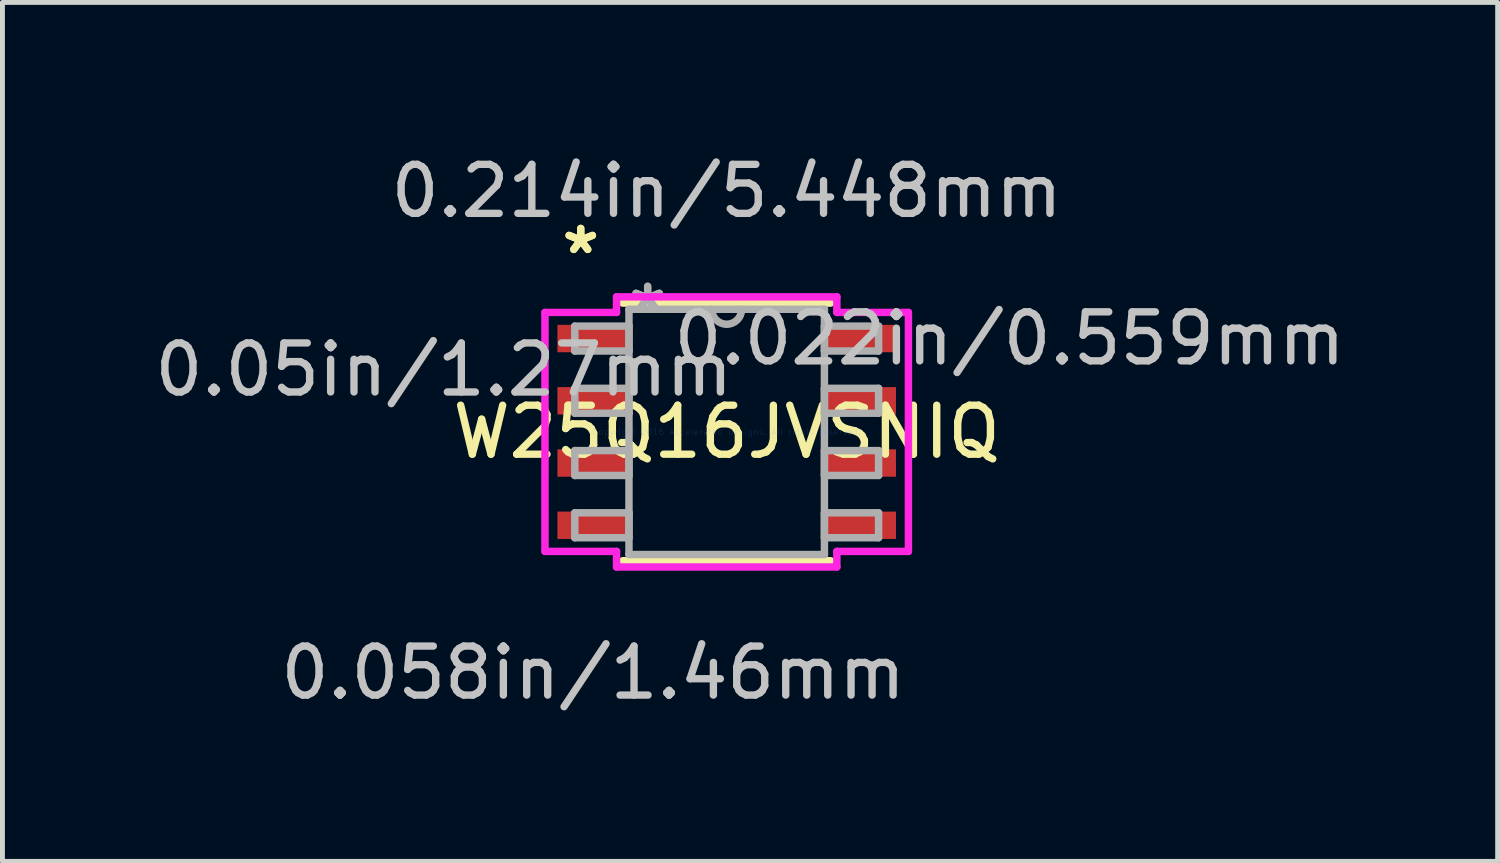
<source format=kicad_pcb>
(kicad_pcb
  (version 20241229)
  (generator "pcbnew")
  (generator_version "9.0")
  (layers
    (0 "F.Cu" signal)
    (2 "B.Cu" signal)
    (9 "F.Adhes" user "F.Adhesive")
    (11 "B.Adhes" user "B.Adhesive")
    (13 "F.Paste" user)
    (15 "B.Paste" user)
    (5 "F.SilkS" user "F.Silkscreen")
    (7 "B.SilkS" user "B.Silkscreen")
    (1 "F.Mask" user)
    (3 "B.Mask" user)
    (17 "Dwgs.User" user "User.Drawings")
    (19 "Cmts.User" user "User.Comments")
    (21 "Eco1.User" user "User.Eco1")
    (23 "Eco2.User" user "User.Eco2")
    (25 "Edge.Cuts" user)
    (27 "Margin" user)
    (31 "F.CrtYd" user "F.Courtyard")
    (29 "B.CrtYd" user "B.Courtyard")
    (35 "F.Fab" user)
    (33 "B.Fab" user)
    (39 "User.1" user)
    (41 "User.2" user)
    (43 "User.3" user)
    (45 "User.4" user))
  (footprint "W25Q16JVSNIQ"
    (layer "F.Cu")
    (at 11.778 5.763)
    (property "Reference" "W25Q16JVSNIQ" (at 0 0 0) (layer "F.SilkS") (effects (font (size 1 1) (thickness 0.15))))
    (attr through_hole)
    (fp_line (start -2.121 2.629) (end 2.121 2.629) (stroke (width 0.152) (type solid)) (layer "F.SilkS"))
    (fp_line (start 2.121 -2.629) (end -2.121 -2.629) (stroke (width 0.152) (type solid)) (layer "F.SilkS"))
    (fp_line (start -3.708 -2.438) (end -2.248 -2.438) (stroke (width 0.152) (type solid)) (layer "F.CrtYd"))
    (fp_line (start -3.708 2.438) (end -3.708 -2.438) (stroke (width 0.152) (type solid)) (layer "F.CrtYd"))
    (fp_line (start -2.248 -2.756) (end 2.248 -2.756) (stroke (width 0.152) (type solid)) (layer "F.CrtYd"))
    (fp_line (start -2.248 -2.438) (end -2.248 -2.756) (stroke (width 0.152) (type solid)) (layer "F.CrtYd"))
    (fp_line (start -2.248 2.438) (end -3.708 2.438) (stroke (width 0.152) (type solid)) (layer "F.CrtYd"))
    (fp_line (start -2.248 2.756) (end -2.248 2.438) (stroke (width 0.152) (type solid)) (layer "F.CrtYd"))
    (fp_line (start 2.248 -2.756) (end 2.248 -2.438) (stroke (width 0.152) (type solid)) (layer "F.CrtYd"))
    (fp_line (start 2.248 -2.438) (end 3.708 -2.438) (stroke (width 0.152) (type solid)) (layer "F.CrtYd"))
    (fp_line (start 2.248 2.438) (end 2.248 2.756) (stroke (width 0.152) (type solid)) (layer "F.CrtYd"))
    (fp_line (start 2.248 2.756) (end -2.248 2.756) (stroke (width 0.152) (type solid)) (layer "F.CrtYd"))
    (fp_line (start 3.708 -2.438) (end 3.708 2.438) (stroke (width 0.152) (type solid)) (layer "F.CrtYd"))
    (fp_line (start 3.708 2.438) (end 2.248 2.438) (stroke (width 0.152) (type solid)) (layer "F.CrtYd"))
    (fp_line (start -3.099 -2.159) (end -3.099 -1.651) (stroke (width 0.152) (type solid)) (layer "F.Fab"))
    (fp_line (start -3.099 -1.651) (end -1.994 -1.651) (stroke (width 0.152) (type solid)) (layer "F.Fab"))
    (fp_line (start -3.099 -0.889) (end -3.099 -0.381) (stroke (width 0.152) (type solid)) (layer "F.Fab"))
    (fp_line (start -3.099 -0.381) (end -1.994 -0.381) (stroke (width 0.152) (type solid)) (layer "F.Fab"))
    (fp_line (start -3.099 0.381) (end -3.099 0.889) (stroke (width 0.152) (type solid)) (layer "F.Fab"))
    (fp_line (start -3.099 0.889) (end -1.994 0.889) (stroke (width 0.152) (type solid)) (layer "F.Fab"))
    (fp_line (start -3.099 1.651) (end -3.099 2.159) (stroke (width 0.152) (type solid)) (layer "F.Fab"))
    (fp_line (start -3.099 2.159) (end -1.994 2.159) (stroke (width 0.152) (type solid)) (layer "F.Fab"))
    (fp_line (start -1.994 -2.502) (end -1.994 2.502) (stroke (width 0.152) (type solid)) (layer "F.Fab"))
    (fp_line (start -1.994 -2.159) (end -3.099 -2.159) (stroke (width 0.152) (type solid)) (layer "F.Fab"))
    (fp_line (start -1.994 -1.651) (end -1.994 -2.159) (stroke (width 0.152) (type solid)) (layer "F.Fab"))
    (fp_line (start -1.994 -0.889) (end -3.099 -0.889) (stroke (width 0.152) (type solid)) (layer "F.Fab"))
    (fp_line (start -1.994 -0.381) (end -1.994 -0.889) (stroke (width 0.152) (type solid)) (layer "F.Fab"))
    (fp_line (start -1.994 0.381) (end -3.099 0.381) (stroke (width 0.152) (type solid)) (layer "F.Fab"))
    (fp_line (start -1.994 0.889) (end -1.994 0.381) (stroke (width 0.152) (type solid)) (layer "F.Fab"))
    (fp_line (start -1.994 1.651) (end -3.099 1.651) (stroke (width 0.152) (type solid)) (layer "F.Fab"))
    (fp_line (start -1.994 2.159) (end -1.994 1.651) (stroke (width 0.152) (type solid)) (layer "F.Fab"))
    (fp_line (start -1.994 2.502) (end 1.994 2.502) (stroke (width 0.152) (type solid)) (layer "F.Fab"))
    (fp_line (start 1.994 -2.502) (end -1.994 -2.502) (stroke (width 0.152) (type solid)) (layer "F.Fab"))
    (fp_line (start 1.994 -2.159) (end 1.994 -1.651) (stroke (width 0.152) (type solid)) (layer "F.Fab"))
    (fp_line (start 1.994 -1.651) (end 3.099 -1.651) (stroke (width 0.152) (type solid)) (layer "F.Fab"))
    (fp_line (start 1.994 -0.889) (end 1.994 -0.381) (stroke (width 0.152) (type solid)) (layer "F.Fab"))
    (fp_line (start 1.994 -0.381) (end 3.099 -0.381) (stroke (width 0.152) (type solid)) (layer "F.Fab"))
    (fp_line (start 1.994 0.381) (end 1.994 0.889) (stroke (width 0.152) (type solid)) (layer "F.Fab"))
    (fp_line (start 1.994 0.889) (end 3.099 0.889) (stroke (width 0.152) (type solid)) (layer "F.Fab"))
    (fp_line (start 1.994 1.651) (end 1.994 2.159) (stroke (width 0.152) (type solid)) (layer "F.Fab"))
    (fp_line (start 1.994 2.159) (end 3.099 2.159) (stroke (width 0.152) (type solid)) (layer "F.Fab"))
    (fp_line (start 1.994 2.502) (end 1.994 -2.502) (stroke (width 0.152) (type solid)) (layer "F.Fab"))
    (fp_line (start 3.099 -2.159) (end 1.994 -2.159) (stroke (width 0.152) (type solid)) (layer "F.Fab"))
    (fp_line (start 3.099 -1.651) (end 3.099 -2.159) (stroke (width 0.152) (type solid)) (layer "F.Fab"))
    (fp_line (start 3.099 -0.889) (end 1.994 -0.889) (stroke (width 0.152) (type solid)) (layer "F.Fab"))
    (fp_line (start 3.099 -0.381) (end 3.099 -0.889) (stroke (width 0.152) (type solid)) (layer "F.Fab"))
    (fp_line (start 3.099 0.381) (end 1.994 0.381) (stroke (width 0.152) (type solid)) (layer "F.Fab"))
    (fp_line (start 3.099 0.889) (end 3.099 0.381) (stroke (width 0.152) (type solid)) (layer "F.Fab"))
    (fp_line (start 3.099 1.651) (end 1.994 1.651) (stroke (width 0.152) (type solid)) (layer "F.Fab"))
    (fp_line (start 3.099 2.159) (end 3.099 1.651) (stroke (width 0.152) (type solid)) (layer "F.Fab"))
    (fp_arc (start 0.3048 -2.5019) (mid 0 -2.1971) (end -0.3048 -2.5019) (stroke (width 0.1524) (type solid)) (layer "F.Fab"))
    (fp_text user "*" (at -2.978 -3.607 0) (layer "F.SilkS") (effects (font (size 1 1) (thickness 0.15))))
    (fp_text user "*" (at -2.978 -3.607 0) (layer "F.SilkS") (effects (font (size 1 1) (thickness 0.15))))
    (fp_text user "0.022in/0.559mm" (at 5.772 -1.905 0) (layer "Dwgs.User") (effects (font (size 1 1) (thickness 0.15))))
    (fp_text user "0.05in/1.27mm" (at -5.772 -1.27 0) (layer "Dwgs.User") (effects (font (size 1 1) (thickness 0.15))))
    (fp_text user "0.058in/1.46mm" (at -2.724 4.915 0) (layer "Dwgs.User") (effects (font (size 1 1) (thickness 0.15))))
    (fp_text user "0.214in/5.448mm" (at 0 -4.915 0) (layer "Dwgs.User") (effects (font (size 1 1) (thickness 0.15))))
    (fp_text user "Copyright 2016 Accelerated Designs. All rights reserved." (at 0 0 0) (layer "Cmts.User") (effects (font (size 0.127 0.127) (thickness 0.002))))
    (fp_text user "*" (at -1.613 -2.426 0) (layer "F.Fab") (effects (font (size 1 1) (thickness 0.15))))
    (fp_text user "*" (at -1.613 -2.426 0) (layer "F.Fab") (effects (font (size 1 1) (thickness 0.15))))
    (pad "1" smd rect (at -2.724 -1.905) (size 1.46 0.559) (layers "F.Cu" "F.Mask" "F.Paste"))
    (pad "2" smd rect (at -2.724 -0.635) (size 1.46 0.559) (layers "F.Cu" "F.Mask" "F.Paste"))
    (pad "3" smd rect (at -2.724 0.635) (size 1.46 0.559) (layers "F.Cu" "F.Mask" "F.Paste"))
    (pad "4" smd rect (at -2.724 1.905) (size 1.46 0.559) (layers "F.Cu" "F.Mask" "F.Paste"))
    (pad "5" smd rect (at 2.724 1.905) (size 1.46 0.559) (layers "F.Cu" "F.Mask" "F.Paste"))
    (pad "6" smd rect (at 2.724 0.635) (size 1.46 0.559) (layers "F.Cu" "F.Mask" "F.Paste"))
    (pad "7" smd rect (at 2.724 -0.635) (size 1.46 0.559) (layers "F.Cu" "F.Mask" "F.Paste"))
    (pad "8" smd rect (at 2.724 -1.905) (size 1.46 0.559) (layers "F.Cu" "F.Mask" "F.Paste")))
  (gr_rect
    (start -3 -3)
    (end 27.509 14.526)
    (stroke (width 0.1) (type default))
    (fill no)
    (layer "Edge.Cuts")))
</source>
